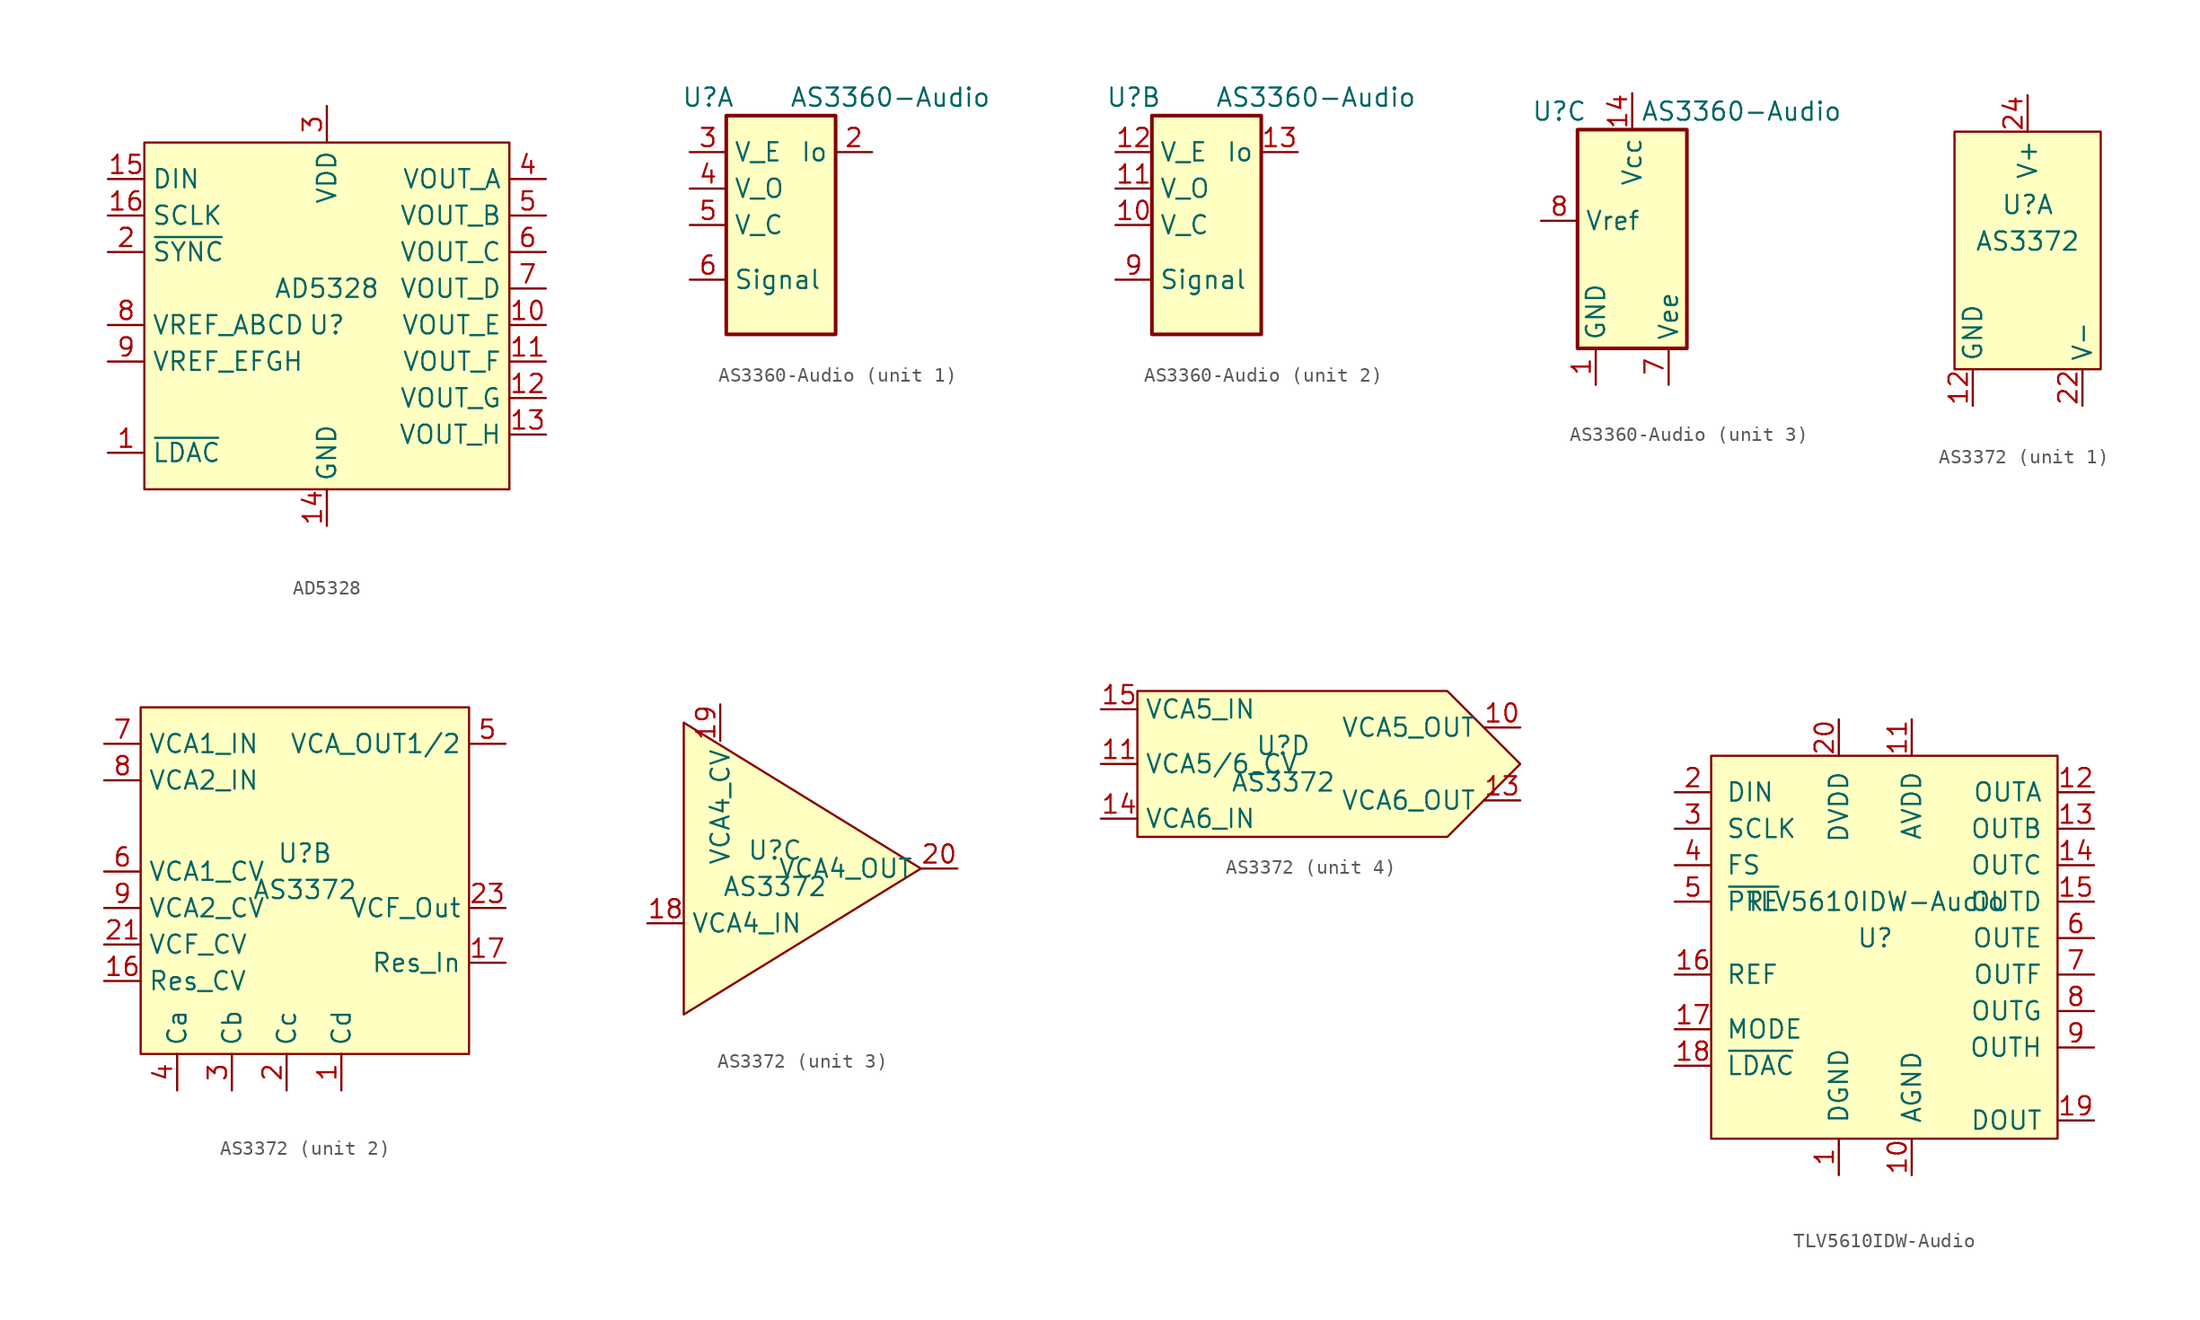
<source format=kicad_sym>
(kicad_symbol_lib
  (version 20211014)
  (generator kicad_symbol_editor)
  (symbol "AD5328"
    (property "Reference" "U"
      (at 0 -2.54 0)
      (effects (font (size 1.27 1.27))))
    (property "Value" "AD5328"
      (at 0 0 0)
      (effects (font (size 1.27 1.27))))
    (symbol "AD5328_0_1"
      (rectangle (start -12.7 10.16) (end 12.7 -13.97) (stroke (width 0.152) (type default) (color 0 0 0 0)) (fill (type background))))
    (symbol "AD5328_1_1"
      (pin input line (at -15.24 -11.43 0) (length 2.54) (name "~{LDAC}" (effects (font (size 1.27 1.27)))) (number "1" (effects (font (size 1.27 1.27)))))
      (pin output line (at 15.24 -2.54 180) (length 2.54) (name "VOUT_E" (effects (font (size 1.27 1.27)))) (number "10" (effects (font (size 1.27 1.27)))))
      (pin output line (at 15.24 -5.08 180) (length 2.54) (name "VOUT_F" (effects (font (size 1.27 1.27)))) (number "11" (effects (font (size 1.27 1.27)))))
      (pin output line (at 15.24 -7.62 180) (length 2.54) (name "VOUT_G" (effects (font (size 1.27 1.27)))) (number "12" (effects (font (size 1.27 1.27)))))
      (pin output line (at 15.24 -10.16 180) (length 2.54) (name "VOUT_H" (effects (font (size 1.27 1.27)))) (number "13" (effects (font (size 1.27 1.27)))))
      (pin power_in line (at 0 -16.51 90) (length 2.54) (name "GND" (effects (font (size 1.27 1.27)))) (number "14" (effects (font (size 1.27 1.27)))))
      (pin input line (at -15.24 7.62 0) (length 2.54) (name "DIN" (effects (font (size 1.27 1.27)))) (number "15" (effects (font (size 1.27 1.27)))))
      (pin input line (at -15.24 5.08 0) (length 2.54) (name "SCLK" (effects (font (size 1.27 1.27)))) (number "16" (effects (font (size 1.27 1.27)))))
      (pin input line (at -15.24 2.54 0) (length 2.54) (name "~{SYNC}" (effects (font (size 1.27 1.27)))) (number "2" (effects (font (size 1.27 1.27)))))
      (pin power_in line (at 0 12.7 270) (length 2.54) (name "VDD" (effects (font (size 1.27 1.27)))) (number "3" (effects (font (size 1.27 1.27)))))
      (pin output line (at 15.24 7.62 180) (length 2.54) (name "VOUT_A" (effects (font (size 1.27 1.27)))) (number "4" (effects (font (size 1.27 1.27)))))
      (pin output line (at 15.24 5.08 180) (length 2.54) (name "VOUT_B" (effects (font (size 1.27 1.27)))) (number "5" (effects (font (size 1.27 1.27)))))
      (pin output line (at 15.24 2.54 180) (length 2.54) (name "VOUT_C" (effects (font (size 1.27 1.27)))) (number "6" (effects (font (size 1.27 1.27)))))
      (pin output line (at 15.24 0 180) (length 2.54) (name "VOUT_D" (effects (font (size 1.27 1.27)))) (number "7" (effects (font (size 1.27 1.27)))))
      (pin input line (at -15.24 -2.54 0) (length 2.54) (name "VREF_ABCD" (effects (font (size 1.27 1.27)))) (number "8" (effects (font (size 1.27 1.27)))))
      (pin input line (at -15.24 -5.08 0) (length 2.54) (name "VREF_EFGH" (effects (font (size 1.27 1.27)))) (number "9" (effects (font (size 1.27 1.27)))))))
  (symbol "AS3360-Audio"
    (property "Reference" "U"
      (at -5.08 7.62 0)
      (effects (font (size 1.27 1.27))))
    (property "Value" "AS3360-Audio"
      (at 7.62 7.62 0)
      (effects (font (size 1.27 1.27))))
    (property "ki_locked" ""
      (at 0 0 0)
      (effects (font (size 1.27 1.27))))
    (symbol "AS3360-Audio_0_1"
      (rectangle (start -3.81 6.35) (end 3.81 -8.89) (stroke (width 0.254) (type default) (color 0 0 0 0)) (fill (type background))))
    (symbol "AS3360-Audio_1_1"
      (pin output line (at 6.35 3.81 180) (length 2.54) (name "Io" (effects (font (size 1.27 1.27)))) (number "2" (effects (font (size 1.27 1.27)))))
      (pin input line (at -6.35 3.81 0) (length 2.54) (name "V_E" (effects (font (size 1.27 1.27)))) (number "3" (effects (font (size 1.27 1.27)))))
      (pin output line (at -6.35 1.27 0) (length 2.54) (name "V_O" (effects (font (size 1.27 1.27)))) (number "4" (effects (font (size 1.27 1.27)))))
      (pin input line (at -6.35 -1.27 0) (length 2.54) (name "V_C" (effects (font (size 1.27 1.27)))) (number "5" (effects (font (size 1.27 1.27)))))
      (pin input line (at -6.35 -5.08 0) (length 2.54) (name "Signal" (effects (font (size 1.27 1.27)))) (number "6" (effects (font (size 1.27 1.27))))))
    (symbol "AS3360-Audio_2_1"
      (pin input line (at -6.35 -1.27 0) (length 2.54) (name "V_C" (effects (font (size 1.27 1.27)))) (number "10" (effects (font (size 1.27 1.27)))))
      (pin output line (at -6.35 1.27 0) (length 2.54) (name "V_O" (effects (font (size 1.27 1.27)))) (number "11" (effects (font (size 1.27 1.27)))))
      (pin input line (at -6.35 3.81 0) (length 2.54) (name "V_E" (effects (font (size 1.27 1.27)))) (number "12" (effects (font (size 1.27 1.27)))))
      (pin output line (at 6.35 3.81 180) (length 2.54) (name "Io" (effects (font (size 1.27 1.27)))) (number "13" (effects (font (size 1.27 1.27)))))
      (pin input line (at -6.35 -5.08 0) (length 2.54) (name "Signal" (effects (font (size 1.27 1.27)))) (number "9" (effects (font (size 1.27 1.27))))))
    (symbol "AS3360-Audio_3_1"
      (pin power_in line (at -2.54 -11.43 90) (length 2.54) (name "GND" (effects (font (size 1.27 1.27)))) (number "1" (effects (font (size 1.27 1.27)))))
      (pin power_in line (at 0 8.89 270) (length 2.54) (name "Vcc" (effects (font (size 1.27 1.27)))) (number "14" (effects (font (size 1.27 1.27)))))
      (pin power_in line (at 2.54 -11.43 90) (length 2.54) (name "Vee" (effects (font (size 1.27 1.27)))) (number "7" (effects (font (size 1.27 1.27)))))
      (pin input line (at -6.35 0 0) (length 2.54) (name "Vref" (effects (font (size 1.27 1.27)))) (number "8" (effects (font (size 1.27 1.27)))))))
  (symbol "AS3372"
    (property "Reference" "U"
      (at 0 1.27 0)
      (effects (font (size 1.27 1.27))))
    (property "Value" "AS3372"
      (at 0 -1.27 0)
      (effects (font (size 1.27 1.27))))
    (property "ki_locked" ""
      (at 0 0 0)
      (effects (font (size 1.27 1.27))))
    (symbol "AS3372_1_1"
      (rectangle (start -5.08 6.35) (end 5.08 -10.16) (stroke (width 0.152) (type default) (color 0 0 0 0)) (fill (type background)))
      (pin power_in line (at -3.81 -12.7 90) (length 2.54) (name "GND" (effects (font (size 1.27 1.27)))) (number "12" (effects (font (size 1.27 1.27)))))
      (pin power_in line (at 3.81 -12.7 90) (length 2.54) (name "V-" (effects (font (size 1.27 1.27)))) (number "22" (effects (font (size 1.27 1.27)))))
      (pin power_in line (at 0 8.89 270) (length 2.54) (name "V+" (effects (font (size 1.27 1.27)))) (number "24" (effects (font (size 1.27 1.27))))))
    (symbol "AS3372_2_1"
      (rectangle (start -11.43 11.43) (end 11.43 -12.7) (stroke (width 0.152) (type default) (color 0 0 0 0)) (fill (type background)))
      (pin input line (at 2.54 -15.24 90) (length 2.54) (name "Cd" (effects (font (size 1.27 1.27)))) (number "1" (effects (font (size 1.27 1.27)))))
      (pin input line (at -13.97 -7.62 0) (length 2.54) (name "Res_CV" (effects (font (size 1.27 1.27)))) (number "16" (effects (font (size 1.27 1.27)))))
      (pin input line (at 13.97 -6.35 180) (length 2.54) (name "Res_In" (effects (font (size 1.27 1.27)))) (number "17" (effects (font (size 1.27 1.27)))))
      (pin input line (at -1.27 -15.24 90) (length 2.54) (name "Cc" (effects (font (size 1.27 1.27)))) (number "2" (effects (font (size 1.27 1.27)))))
      (pin input line (at -13.97 -5.08 0) (length 2.54) (name "VCF_CV" (effects (font (size 1.27 1.27)))) (number "21" (effects (font (size 1.27 1.27)))))
      (pin output line (at 13.97 -2.54 180) (length 2.54) (name "VCF_Out" (effects (font (size 1.27 1.27)))) (number "23" (effects (font (size 1.27 1.27)))))
      (pin input line (at -5.08 -15.24 90) (length 2.54) (name "Cb" (effects (font (size 1.27 1.27)))) (number "3" (effects (font (size 1.27 1.27)))))
      (pin input line (at -8.89 -15.24 90) (length 2.54) (name "Ca" (effects (font (size 1.27 1.27)))) (number "4" (effects (font (size 1.27 1.27)))))
      (pin bidirectional line (at 13.97 8.89 180) (length 2.54) (name "VCA_OUT1/2" (effects (font (size 1.27 1.27)))) (number "5" (effects (font (size 1.27 1.27)))))
      (pin input line (at -13.97 0 0) (length 2.54) (name "VCA1_CV" (effects (font (size 1.27 1.27)))) (number "6" (effects (font (size 1.27 1.27)))))
      (pin input line (at -13.97 8.89 0) (length 2.54) (name "VCA1_IN" (effects (font (size 1.27 1.27)))) (number "7" (effects (font (size 1.27 1.27)))))
      (pin input line (at -13.97 6.35 0) (length 2.54) (name "VCA2_IN" (effects (font (size 1.27 1.27)))) (number "8" (effects (font (size 1.27 1.27)))))
      (pin input line (at -13.97 -2.54 0) (length 2.54) (name "VCA2_CV" (effects (font (size 1.27 1.27)))) (number "9" (effects (font (size 1.27 1.27))))))
    (symbol "AS3372_3_1"
      (polyline (pts (xy -6.35 0) (xy -6.35 10.16) (xy 10.16 0) (xy -6.35 -10.16) (xy -6.35 0)) (stroke (width 0.152) (type default) (color 0 0 0 0)) (fill (type background)))
      (pin input line (at -8.89 -3.81 0) (length 2.54) (name "VCA4_IN" (effects (font (size 1.27 1.27)))) (number "18" (effects (font (size 1.27 1.27)))))
      (pin input line (at -3.81 11.43 270) (length 2.54) (name "VCA4_CV" (effects (font (size 1.27 1.27)))) (number "19" (effects (font (size 1.27 1.27)))))
      (pin output line (at 12.7 0 180) (length 2.54) (name "VCA4_OUT" (effects (font (size 1.27 1.27)))) (number "20" (effects (font (size 1.27 1.27))))))
    (symbol "AS3372_4_1"
      (polyline (pts (xy -10.16 0) (xy -10.16 5.08) (xy 11.43 5.08) (xy 16.51 0) (xy 11.43 -5.08) (xy -10.16 -5.08) (xy -10.16 0)) (stroke (width 0.152) (type default) (color 0 0 0 0)) (fill (type background)))
      (pin output line (at 16.51 2.54 180) (length 2.54) (name "VCA5_OUT" (effects (font (size 1.27 1.27)))) (number "10" (effects (font (size 1.27 1.27)))))
      (pin input line (at -12.7 0 0) (length 2.54) (name "VCA5/6_CV" (effects (font (size 1.27 1.27)))) (number "11" (effects (font (size 1.27 1.27)))))
      (pin output line (at 16.51 -2.54 180) (length 2.54) (name "VCA6_OUT" (effects (font (size 1.27 1.27)))) (number "13" (effects (font (size 1.27 1.27)))))
      (pin input line (at -12.7 -3.81 0) (length 2.54) (name "VCA6_IN" (effects (font (size 1.27 1.27)))) (number "14" (effects (font (size 1.27 1.27)))))
      (pin input line (at -12.7 3.81 0) (length 2.54) (name "VCA5_IN" (effects (font (size 1.27 1.27)))) (number "15" (effects (font (size 1.27 1.27)))))))
  (symbol "TLV5610IDW-Audio"
    (pin_names
      (offset 1.016))
    (property "Reference" "U"
      (at -2.54 -12.7 0)
      (effects (font (size 1.27 1.27))))
    (property "Value" "TLV5610IDW-Audio"
      (at -2.54 -10.16 0)
      (effects (font (size 1.27 1.27))))
    (symbol "TLV5610IDW-Audio_0_1"
      (rectangle (start -13.97 0) (end 10.16 -26.67) (stroke (width 0) (type default) (color 0 0 0 0)) (fill (type background))))
    (symbol "TLV5610IDW-Audio_1_1"
      (pin power_in line (at -5.08 -29.21 90) (length 2.54) (name "DGND" (effects (font (size 1.27 1.27)))) (number "1" (effects (font (size 1.27 1.27)))))
      (pin power_in line (at 0 -29.21 90) (length 2.54) (name "AGND" (effects (font (size 1.27 1.27)))) (number "10" (effects (font (size 1.27 1.27)))))
      (pin power_in line (at 0 2.54 270) (length 2.54) (name "AVDD" (effects (font (size 1.27 1.27)))) (number "11" (effects (font (size 1.27 1.27)))))
      (pin output line (at 12.7 -2.54 180) (length 2.54) (name "OUTA" (effects (font (size 1.27 1.27)))) (number "12" (effects (font (size 1.27 1.27)))))
      (pin output line (at 12.7 -5.08 180) (length 2.54) (name "OUTB" (effects (font (size 1.27 1.27)))) (number "13" (effects (font (size 1.27 1.27)))))
      (pin output line (at 12.7 -7.62 180) (length 2.54) (name "OUTC" (effects (font (size 1.27 1.27)))) (number "14" (effects (font (size 1.27 1.27)))))
      (pin output line (at 12.7 -10.16 180) (length 2.54) (name "OUTD" (effects (font (size 1.27 1.27)))) (number "15" (effects (font (size 1.27 1.27)))))
      (pin input line (at -16.51 -15.24 0) (length 2.54) (name "REF" (effects (font (size 1.27 1.27)))) (number "16" (effects (font (size 1.27 1.27)))))
      (pin input line (at -16.51 -19.05 0) (length 2.54) (name "MODE" (effects (font (size 1.27 1.27)))) (number "17" (effects (font (size 1.27 1.27)))))
      (pin input line (at -16.51 -21.59 0) (length 2.54) (name "~{LDAC}" (effects (font (size 1.27 1.27)))) (number "18" (effects (font (size 1.27 1.27)))))
      (pin output line (at 12.7 -25.4 180) (length 2.54) (name "DOUT" (effects (font (size 1.27 1.27)))) (number "19" (effects (font (size 1.27 1.27)))))
      (pin input line (at -16.51 -2.54 0) (length 2.54) (name "DIN" (effects (font (size 1.27 1.27)))) (number "2" (effects (font (size 1.27 1.27)))))
      (pin power_in line (at -5.08 2.54 270) (length 2.54) (name "DVDD" (effects (font (size 1.27 1.27)))) (number "20" (effects (font (size 1.27 1.27)))))
      (pin input line (at -16.51 -5.08 0) (length 2.54) (name "SCLK" (effects (font (size 1.27 1.27)))) (number "3" (effects (font (size 1.27 1.27)))))
      (pin input line (at -16.51 -7.62 0) (length 2.54) (name "FS" (effects (font (size 1.27 1.27)))) (number "4" (effects (font (size 1.27 1.27)))))
      (pin input line (at -16.51 -10.16 0) (length 2.54) (name "~{PRE}" (effects (font (size 1.27 1.27)))) (number "5" (effects (font (size 1.27 1.27)))))
      (pin output line (at 12.7 -12.7 180) (length 2.54) (name "OUTE" (effects (font (size 1.27 1.27)))) (number "6" (effects (font (size 1.27 1.27)))))
      (pin output line (at 12.7 -15.24 180) (length 2.54) (name "OUTF" (effects (font (size 1.27 1.27)))) (number "7" (effects (font (size 1.27 1.27)))))
      (pin output line (at 12.7 -17.78 180) (length 2.54) (name "OUTG" (effects (font (size 1.27 1.27)))) (number "8" (effects (font (size 1.27 1.27)))))
      (pin output line (at 12.7 -20.32 180) (length 2.54) (name "OUTH" (effects (font (size 1.27 1.27)))) (number "9" (effects (font (size 1.27 1.27))))))))
</source>
